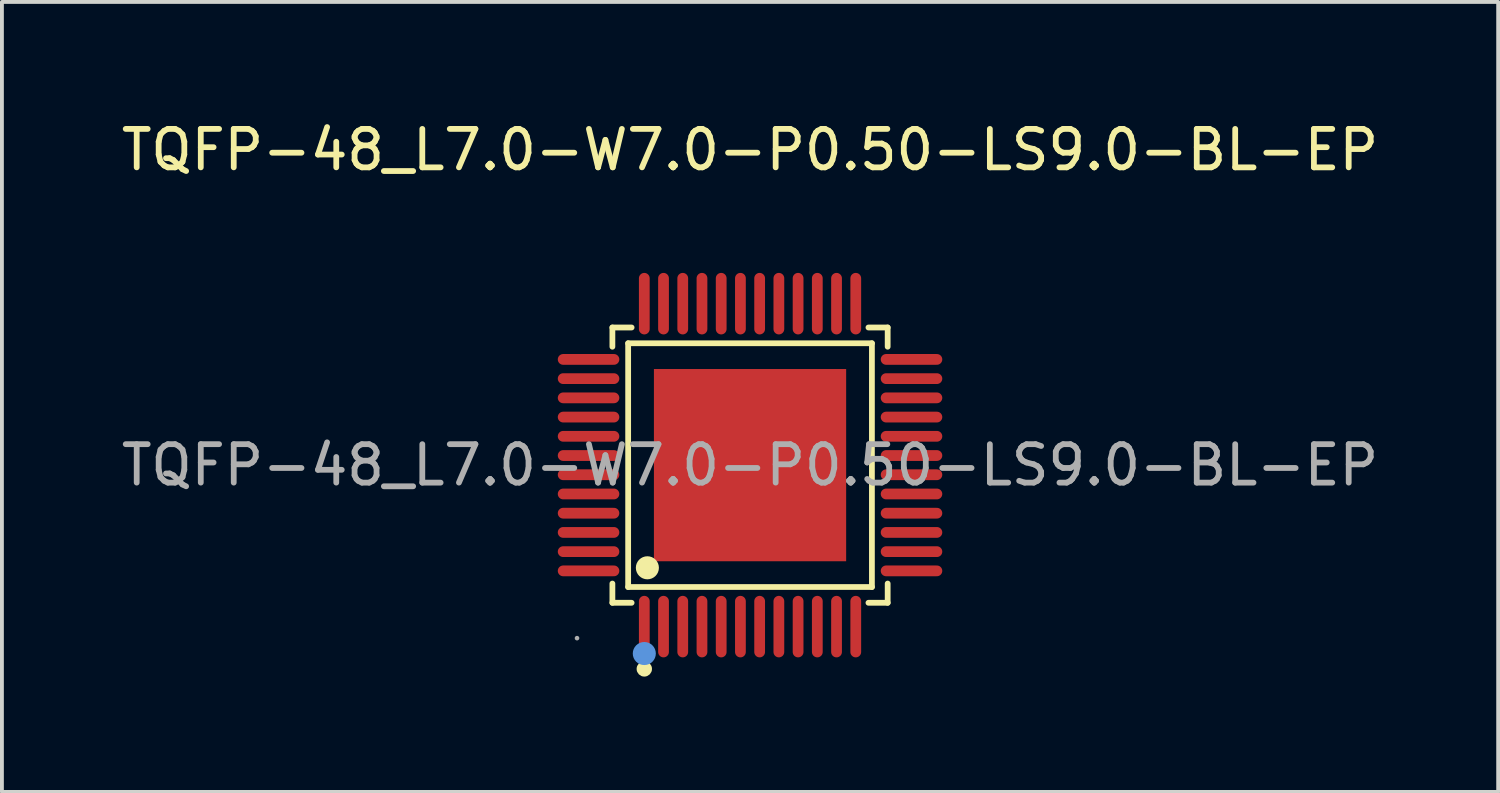
<source format=kicad_pcb>
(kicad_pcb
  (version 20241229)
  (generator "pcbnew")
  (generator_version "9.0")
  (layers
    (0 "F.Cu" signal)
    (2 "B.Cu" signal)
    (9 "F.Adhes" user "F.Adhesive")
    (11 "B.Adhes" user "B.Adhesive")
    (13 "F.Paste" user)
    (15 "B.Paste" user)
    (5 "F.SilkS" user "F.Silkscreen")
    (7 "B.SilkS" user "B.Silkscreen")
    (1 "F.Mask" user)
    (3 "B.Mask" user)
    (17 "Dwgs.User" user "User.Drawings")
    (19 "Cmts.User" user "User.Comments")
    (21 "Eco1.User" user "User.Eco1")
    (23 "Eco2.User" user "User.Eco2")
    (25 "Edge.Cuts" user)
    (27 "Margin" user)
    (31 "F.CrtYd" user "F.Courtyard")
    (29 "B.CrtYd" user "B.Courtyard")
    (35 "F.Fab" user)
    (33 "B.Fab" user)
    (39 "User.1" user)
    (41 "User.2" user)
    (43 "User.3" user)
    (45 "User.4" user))
  (footprint "TQFP-48_L7.0-W7.0-P0.50-LS9.0-BL-EP"
    (layer "F.Cu")
    (at 16.458 9.048)
    (property "Reference" "TQFP-48_L7.0-W7.0-P0.50-LS9.0-BL-EP" (at 0 -8.2 0) (layer "F.SilkS") (effects (font (size 1 1) (thickness 0.15))))
    (attr smd)
    (fp_line (start -3.58 -3.58) (end -3.08 -3.58) (stroke (width 0.15) (type solid)) (layer "F.SilkS"))
    (fp_line (start -3.58 -3.08) (end -3.58 -3.58) (stroke (width 0.15) (type solid)) (layer "F.SilkS"))
    (fp_line (start -3.58 3.08) (end -3.58 3.58) (stroke (width 0.15) (type solid)) (layer "F.SilkS"))
    (fp_line (start -3.58 3.58) (end -3.08 3.58) (stroke (width 0.15) (type solid)) (layer "F.SilkS"))
    (fp_line (start -3.17 -3.17) (end 3.17 -3.17) (stroke (width 0.15) (type solid)) (layer "F.SilkS"))
    (fp_line (start -3.17 3.17) (end -3.17 -3.17) (stroke (width 0.15) (type solid)) (layer "F.SilkS"))
    (fp_line (start 3.17 -3.17) (end 3.17 3.17) (stroke (width 0.15) (type solid)) (layer "F.SilkS"))
    (fp_line (start 3.17 3.17) (end -3.17 3.17) (stroke (width 0.15) (type solid)) (layer "F.SilkS"))
    (fp_line (start 3.58 -3.58) (end 3.08 -3.58) (stroke (width 0.15) (type solid)) (layer "F.SilkS"))
    (fp_line (start 3.58 -3.08) (end 3.58 -3.58) (stroke (width 0.15) (type solid)) (layer "F.SilkS"))
    (fp_line (start 3.58 3.08) (end 3.58 3.58) (stroke (width 0.15) (type solid)) (layer "F.SilkS"))
    (fp_line (start 3.58 3.58) (end 3.08 3.58) (stroke (width 0.15) (type solid)) (layer "F.SilkS"))
    (fp_circle (center -2.75 5.3) (end -2.65 5.3) (stroke (width 0.2) (type solid)) (fill no) (layer "F.SilkS"))
    (fp_circle (center -2.67 2.67) (end -2.52 2.67) (stroke (width 0.3) (type solid)) (fill no) (layer "F.SilkS"))
    (fp_circle (center -2.75 4.9) (end -2.6 4.9) (stroke (width 0.3) (type solid)) (fill no) (layer "Cmts.User"))
    (fp_circle (center -4.5 4.5) (end -4.47 4.5) (stroke (width 0.06) (type solid)) (fill no) (layer "F.Fab"))
    (fp_text user "${REFERENCE}" (at 0 0 0) (layer "F.Fab") (effects (font (size 1 1) (thickness 0.15))))
    (pad "1" smd oval (at -2.75 4.2) (size 0.28 1.6) (layers "F.Cu" "F.Mask" "F.Paste"))
    (pad "2" smd oval (at -2.25 4.2) (size 0.28 1.6) (layers "F.Cu" "F.Mask" "F.Paste"))
    (pad "3" smd oval (at -1.75 4.2) (size 0.28 1.6) (layers "F.Cu" "F.Mask" "F.Paste"))
    (pad "4" smd oval (at -1.25 4.2) (size 0.28 1.6) (layers "F.Cu" "F.Mask" "F.Paste"))
    (pad "5" smd oval (at -0.75 4.2) (size 0.28 1.6) (layers "F.Cu" "F.Mask" "F.Paste"))
    (pad "6" smd oval (at -0.25 4.2) (size 0.28 1.6) (layers "F.Cu" "F.Mask" "F.Paste"))
    (pad "7" smd oval (at 0.25 4.2) (size 0.28 1.6) (layers "F.Cu" "F.Mask" "F.Paste"))
    (pad "8" smd oval (at 0.75 4.2) (size 0.28 1.6) (layers "F.Cu" "F.Mask" "F.Paste"))
    (pad "9" smd oval (at 1.25 4.2) (size 0.28 1.6) (layers "F.Cu" "F.Mask" "F.Paste"))
    (pad "10" smd oval (at 1.75 4.2) (size 0.28 1.6) (layers "F.Cu" "F.Mask" "F.Paste"))
    (pad "11" smd oval (at 2.25 4.2) (size 0.28 1.6) (layers "F.Cu" "F.Mask" "F.Paste"))
    (pad "12" smd oval (at 2.75 4.2) (size 0.28 1.6) (layers "F.Cu" "F.Mask" "F.Paste"))
    (pad "13" smd oval (at 4.2 2.75) (size 1.6 0.28) (layers "F.Cu" "F.Mask" "F.Paste"))
    (pad "14" smd oval (at 4.2 2.25) (size 1.6 0.28) (layers "F.Cu" "F.Mask" "F.Paste"))
    (pad "15" smd oval (at 4.2 1.75) (size 1.6 0.28) (layers "F.Cu" "F.Mask" "F.Paste"))
    (pad "16" smd oval (at 4.2 1.25) (size 1.6 0.28) (layers "F.Cu" "F.Mask" "F.Paste"))
    (pad "17" smd oval (at 4.2 0.75) (size 1.6 0.28) (layers "F.Cu" "F.Mask" "F.Paste"))
    (pad "18" smd oval (at 4.2 0.25) (size 1.6 0.28) (layers "F.Cu" "F.Mask" "F.Paste"))
    (pad "19" smd oval (at 4.2 -0.25) (size 1.6 0.28) (layers "F.Cu" "F.Mask" "F.Paste"))
    (pad "20" smd oval (at 4.2 -0.75) (size 1.6 0.28) (layers "F.Cu" "F.Mask" "F.Paste"))
    (pad "21" smd oval (at 4.2 -1.25) (size 1.6 0.28) (layers "F.Cu" "F.Mask" "F.Paste"))
    (pad "22" smd oval (at 4.2 -1.75) (size 1.6 0.28) (layers "F.Cu" "F.Mask" "F.Paste"))
    (pad "23" smd oval (at 4.2 -2.25) (size 1.6 0.28) (layers "F.Cu" "F.Mask" "F.Paste"))
    (pad "24" smd oval (at 4.2 -2.75) (size 1.6 0.28) (layers "F.Cu" "F.Mask" "F.Paste"))
    (pad "25" smd oval (at 2.75 -4.2) (size 0.28 1.6) (layers "F.Cu" "F.Mask" "F.Paste"))
    (pad "26" smd oval (at 2.25 -4.2) (size 0.28 1.6) (layers "F.Cu" "F.Mask" "F.Paste"))
    (pad "27" smd oval (at 1.75 -4.2) (size 0.28 1.6) (layers "F.Cu" "F.Mask" "F.Paste"))
    (pad "28" smd oval (at 1.25 -4.2) (size 0.28 1.6) (layers "F.Cu" "F.Mask" "F.Paste"))
    (pad "29" smd oval (at 0.75 -4.2) (size 0.28 1.6) (layers "F.Cu" "F.Mask" "F.Paste"))
    (pad "30" smd oval (at 0.25 -4.2) (size 0.28 1.6) (layers "F.Cu" "F.Mask" "F.Paste"))
    (pad "31" smd oval (at -0.25 -4.2) (size 0.28 1.6) (layers "F.Cu" "F.Mask" "F.Paste"))
    (pad "32" smd oval (at -0.75 -4.2) (size 0.28 1.6) (layers "F.Cu" "F.Mask" "F.Paste"))
    (pad "33" smd oval (at -1.25 -4.2) (size 0.28 1.6) (layers "F.Cu" "F.Mask" "F.Paste"))
    (pad "34" smd oval (at -1.75 -4.2) (size 0.28 1.6) (layers "F.Cu" "F.Mask" "F.Paste"))
    (pad "35" smd oval (at -2.25 -4.2) (size 0.28 1.6) (layers "F.Cu" "F.Mask" "F.Paste"))
    (pad "36" smd oval (at -2.75 -4.2) (size 0.28 1.6) (layers "F.Cu" "F.Mask" "F.Paste"))
    (pad "37" smd oval (at -4.2 -2.75) (size 1.6 0.28) (layers "F.Cu" "F.Mask" "F.Paste"))
    (pad "38" smd oval (at -4.2 -2.25) (size 1.6 0.28) (layers "F.Cu" "F.Mask" "F.Paste"))
    (pad "39" smd oval (at -4.2 -1.75) (size 1.6 0.28) (layers "F.Cu" "F.Mask" "F.Paste"))
    (pad "40" smd oval (at -4.2 -1.25) (size 1.6 0.28) (layers "F.Cu" "F.Mask" "F.Paste"))
    (pad "41" smd oval (at -4.2 -0.75) (size 1.6 0.28) (layers "F.Cu" "F.Mask" "F.Paste"))
    (pad "42" smd oval (at -4.2 -0.25) (size 1.6 0.28) (layers "F.Cu" "F.Mask" "F.Paste"))
    (pad "43" smd oval (at -4.2 0.25) (size 1.6 0.28) (layers "F.Cu" "F.Mask" "F.Paste"))
    (pad "44" smd oval (at -4.2 0.75) (size 1.6 0.28) (layers "F.Cu" "F.Mask" "F.Paste"))
    (pad "45" smd oval (at -4.2 1.25) (size 1.6 0.28) (layers "F.Cu" "F.Mask" "F.Paste"))
    (pad "46" smd oval (at -4.2 1.75) (size 1.6 0.28) (layers "F.Cu" "F.Mask" "F.Paste"))
    (pad "47" smd oval (at -4.2 2.25) (size 1.6 0.28) (layers "F.Cu" "F.Mask" "F.Paste"))
    (pad "48" smd oval (at -4.2 2.75) (size 1.6 0.28) (layers "F.Cu" "F.Mask" "F.Paste"))
    (pad "49" smd rect (at 0 0) (size 5 5) (layers "F.Cu" "F.Mask" "F.Paste")))
  (gr_rect
    (start -3 -3)
    (end 35.917 17.548)
    (stroke (width 0.1) (type default))
    (fill no)
    (layer "Edge.Cuts")))
</source>
